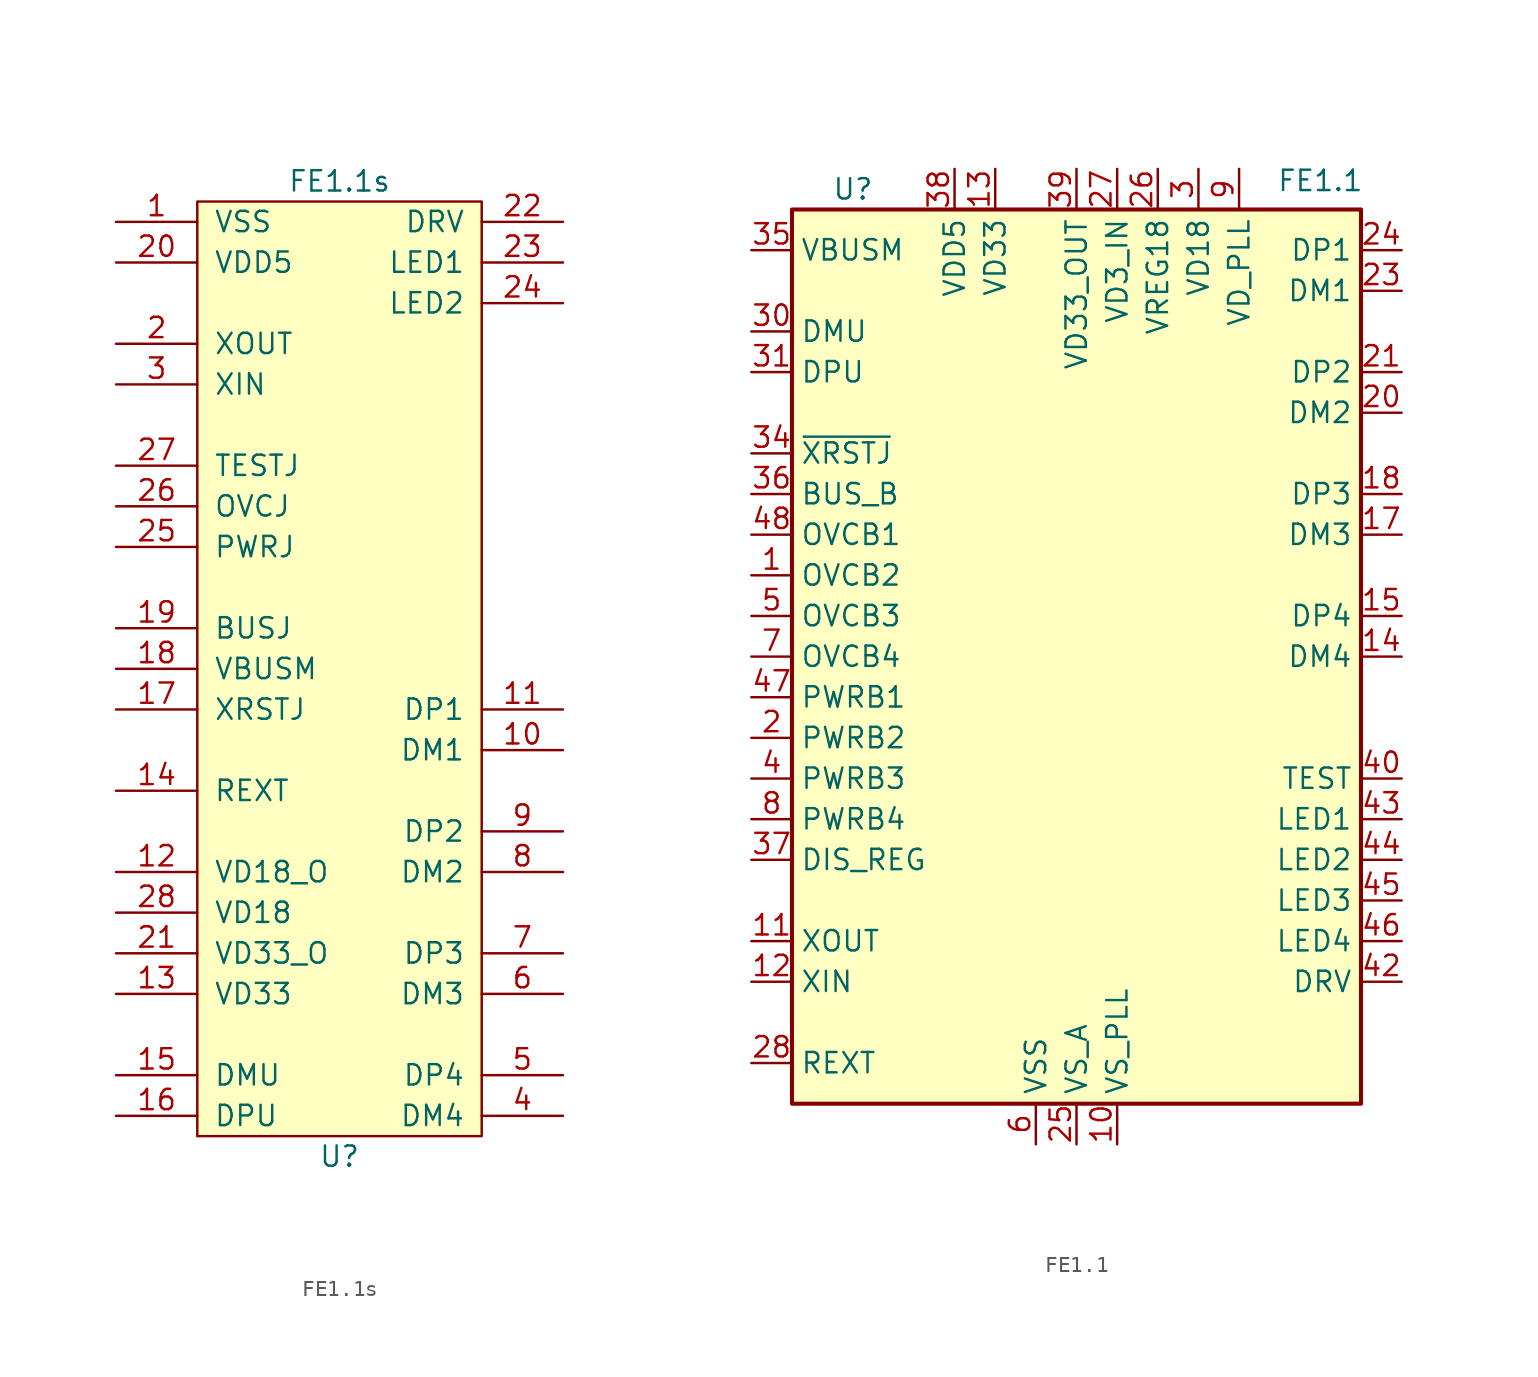
<source format=kicad_sym>
(kicad_symbol_lib
  (version 20231120)
  (generator "kicad_symbol_editor")
  (generator_version "8.0")
  (symbol "FE1.1s"
    (pin_names
      (offset 1.016))
    (property "Reference" "U"
      (at 0 -29.21 0)
      (effects (font (size 1.27 1.27))))
    (property "Value" "FE1.1s"
      (at 0 31.75 0)
      (effects (font (size 1.27 1.27))))
    (symbol "FE1.1s_0_1"
      (rectangle (start -8.89 30.48) (end 8.89 -27.94) (stroke (width 0) (type default)) (fill (type background))))
    (symbol "FE1.1s_1_1"
      (pin input line (at -13.97 29.21 0) (length 5.08) (name "VSS" (effects (font (size 1.27 1.27)))) (number "1" (effects (font (size 1.27 1.27)))))
      (pin input line (at 13.97 -3.81 180) (length 5.08) (name "DM1" (effects (font (size 1.27 1.27)))) (number "10" (effects (font (size 1.27 1.27)))))
      (pin input line (at 13.97 -1.27 180) (length 5.08) (name "DP1" (effects (font (size 1.27 1.27)))) (number "11" (effects (font (size 1.27 1.27)))))
      (pin input line (at -13.97 -11.43 0) (length 5.08) (name "VD18_O" (effects (font (size 1.27 1.27)))) (number "12" (effects (font (size 1.27 1.27)))))
      (pin input line (at -13.97 -19.05 0) (length 5.08) (name "VD33" (effects (font (size 1.27 1.27)))) (number "13" (effects (font (size 1.27 1.27)))))
      (pin input line (at -13.97 -6.35 0) (length 5.08) (name "REXT" (effects (font (size 1.27 1.27)))) (number "14" (effects (font (size 1.27 1.27)))))
      (pin input line (at -13.97 -24.13 0) (length 5.08) (name "DMU" (effects (font (size 1.27 1.27)))) (number "15" (effects (font (size 1.27 1.27)))))
      (pin input line (at -13.97 -26.67 0) (length 5.08) (name "DPU" (effects (font (size 1.27 1.27)))) (number "16" (effects (font (size 1.27 1.27)))))
      (pin input line (at -13.97 -1.27 0) (length 5.08) (name "XRSTJ" (effects (font (size 1.27 1.27)))) (number "17" (effects (font (size 1.27 1.27)))))
      (pin input line (at -13.97 1.27 0) (length 5.08) (name "VBUSM" (effects (font (size 1.27 1.27)))) (number "18" (effects (font (size 1.27 1.27)))))
      (pin input line (at -13.97 3.81 0) (length 5.08) (name "BUSJ" (effects (font (size 1.27 1.27)))) (number "19" (effects (font (size 1.27 1.27)))))
      (pin input line (at -13.97 21.59 0) (length 5.08) (name "XOUT" (effects (font (size 1.27 1.27)))) (number "2" (effects (font (size 1.27 1.27)))))
      (pin input line (at -13.97 26.67 0) (length 5.08) (name "VDD5" (effects (font (size 1.27 1.27)))) (number "20" (effects (font (size 1.27 1.27)))))
      (pin input line (at -13.97 -16.51 0) (length 5.08) (name "VD33_O" (effects (font (size 1.27 1.27)))) (number "21" (effects (font (size 1.27 1.27)))))
      (pin input line (at 13.97 29.21 180) (length 5.08) (name "DRV" (effects (font (size 1.27 1.27)))) (number "22" (effects (font (size 1.27 1.27)))))
      (pin input line (at 13.97 26.67 180) (length 5.08) (name "LED1" (effects (font (size 1.27 1.27)))) (number "23" (effects (font (size 1.27 1.27)))))
      (pin input line (at 13.97 24.13 180) (length 5.08) (name "LED2" (effects (font (size 1.27 1.27)))) (number "24" (effects (font (size 1.27 1.27)))))
      (pin input line (at -13.97 8.89 0) (length 5.08) (name "PWRJ" (effects (font (size 1.27 1.27)))) (number "25" (effects (font (size 1.27 1.27)))))
      (pin input line (at -13.97 11.43 0) (length 5.08) (name "OVCJ" (effects (font (size 1.27 1.27)))) (number "26" (effects (font (size 1.27 1.27)))))
      (pin input line (at -13.97 13.97 0) (length 5.08) (name "TESTJ" (effects (font (size 1.27 1.27)))) (number "27" (effects (font (size 1.27 1.27)))))
      (pin input line (at -13.97 -13.97 0) (length 5.08) (name "VD18" (effects (font (size 1.27 1.27)))) (number "28" (effects (font (size 1.27 1.27)))))
      (pin input line (at -13.97 19.05 0) (length 5.08) (name "XIN" (effects (font (size 1.27 1.27)))) (number "3" (effects (font (size 1.27 1.27)))))
      (pin input line (at 13.97 -26.67 180) (length 5.08) (name "DM4" (effects (font (size 1.27 1.27)))) (number "4" (effects (font (size 1.27 1.27)))))
      (pin input line (at 13.97 -24.13 180) (length 5.08) (name "DP4" (effects (font (size 1.27 1.27)))) (number "5" (effects (font (size 1.27 1.27)))))
      (pin input line (at 13.97 -19.05 180) (length 5.08) (name "DM3" (effects (font (size 1.27 1.27)))) (number "6" (effects (font (size 1.27 1.27)))))
      (pin input line (at 13.97 -16.51 180) (length 5.08) (name "DP3" (effects (font (size 1.27 1.27)))) (number "7" (effects (font (size 1.27 1.27)))))
      (pin input line (at 13.97 -11.43 180) (length 5.08) (name "DM2" (effects (font (size 1.27 1.27)))) (number "8" (effects (font (size 1.27 1.27)))))
      (pin input line (at 13.97 -8.89 180) (length 5.08) (name "DP2" (effects (font (size 1.27 1.27)))) (number "9" (effects (font (size 1.27 1.27)))))))
  (symbol "FE1.1"
    (property "Reference" "U"
      (at -13.97 26.67 0)
      (effects (font (size 1.27 1.27))))
    (property "Value" "FE1.1"
      (at 15.24 27.94 0)
      (effects (font (size 1.27 1.27)) (justify top)))
    (symbol "FE1.1_0_1"
      (rectangle (start -17.78 25.4) (end 17.78 -30.48) (stroke (width 0.254) (type default)) (fill (type background))))
    (symbol "FE1.1_1_1"
      (pin input line (at -20.32 2.54 0) (length 2.54) (name "OVCB2" (effects (font (size 1.27 1.27)))) (number "1" (effects (font (size 1.27 1.27)))))
      (pin power_in line (at 2.54 -33.02 90) (length 2.54) (name "VS_PLL" (effects (font (size 1.27 1.27)))) (number "10" (effects (font (size 1.27 1.27)))))
      (pin output line (at -20.32 -20.32 0) (length 2.54) (name "XOUT" (effects (font (size 1.27 1.27)))) (number "11" (effects (font (size 1.27 1.27)))))
      (pin input line (at -20.32 -22.86 0) (length 2.54) (name "XIN" (effects (font (size 1.27 1.27)))) (number "12" (effects (font (size 1.27 1.27)))))
      (pin power_in line (at -5.08 27.94 270) (length 2.54) (name "VD33" (effects (font (size 1.27 1.27)))) (number "13" (effects (font (size 1.27 1.27)))))
      (pin bidirectional line (at 20.32 -2.54 180) (length 2.54) (name "DM4" (effects (font (size 1.27 1.27)))) (number "14" (effects (font (size 1.27 1.27)))))
      (pin bidirectional line (at 20.32 0 180) (length 2.54) (name "DP4" (effects (font (size 1.27 1.27)))) (number "15" (effects (font (size 1.27 1.27)))))
      (pin passive line (at -2.54 -33.02 90) (length 2.54) hide (name "VSS" (effects (font (size 1.27 1.27)))) (number "16" (effects (font (size 1.27 1.27)))))
      (pin bidirectional line (at 20.32 5.08 180) (length 2.54) (name "DM3" (effects (font (size 1.27 1.27)))) (number "17" (effects (font (size 1.27 1.27)))))
      (pin bidirectional line (at 20.32 7.62 180) (length 2.54) (name "DP3" (effects (font (size 1.27 1.27)))) (number "18" (effects (font (size 1.27 1.27)))))
      (pin passive line (at -5.08 27.94 270) (length 2.54) hide (name "VD33" (effects (font (size 1.27 1.27)))) (number "19" (effects (font (size 1.27 1.27)))))
      (pin input line (at -20.32 -7.62 0) (length 2.54) (name "PWRB2" (effects (font (size 1.27 1.27)))) (number "2" (effects (font (size 1.27 1.27)))))
      (pin bidirectional line (at 20.32 12.7 180) (length 2.54) (name "DM2" (effects (font (size 1.27 1.27)))) (number "20" (effects (font (size 1.27 1.27)))))
      (pin bidirectional line (at 20.32 15.24 180) (length 2.54) (name "DP2" (effects (font (size 1.27 1.27)))) (number "21" (effects (font (size 1.27 1.27)))))
      (pin passive line (at -2.54 -33.02 90) (length 2.54) hide (name "VSS" (effects (font (size 1.27 1.27)))) (number "22" (effects (font (size 1.27 1.27)))))
      (pin bidirectional line (at 20.32 20.32 180) (length 2.54) (name "DM1" (effects (font (size 1.27 1.27)))) (number "23" (effects (font (size 1.27 1.27)))))
      (pin bidirectional line (at 20.32 22.86 180) (length 2.54) (name "DP1" (effects (font (size 1.27 1.27)))) (number "24" (effects (font (size 1.27 1.27)))))
      (pin power_in line (at 0 -33.02 90) (length 2.54) (name "VS_A" (effects (font (size 1.27 1.27)))) (number "25" (effects (font (size 1.27 1.27)))))
      (pin power_out line (at 5.08 27.94 270) (length 2.54) (name "VREG18" (effects (font (size 1.27 1.27)))) (number "26" (effects (font (size 1.27 1.27)))))
      (pin power_in line (at 2.54 27.94 270) (length 2.54) (name "VD3_IN" (effects (font (size 1.27 1.27)))) (number "27" (effects (font (size 1.27 1.27)))))
      (pin passive line (at -20.32 -27.94 0) (length 2.54) (name "REXT" (effects (font (size 1.27 1.27)))) (number "28" (effects (font (size 1.27 1.27)))))
      (pin passive line (at 7.62 27.94 270) (length 2.54) hide (name "VD18" (effects (font (size 1.27 1.27)))) (number "29" (effects (font (size 1.27 1.27)))))
      (pin power_in line (at 7.62 27.94 270) (length 2.54) (name "VD18" (effects (font (size 1.27 1.27)))) (number "3" (effects (font (size 1.27 1.27)))))
      (pin bidirectional line (at -20.32 17.78 0) (length 2.54) (name "DMU" (effects (font (size 1.27 1.27)))) (number "30" (effects (font (size 1.27 1.27)))))
      (pin bidirectional line (at -20.32 15.24 0) (length 2.54) (name "DPU" (effects (font (size 1.27 1.27)))) (number "31" (effects (font (size 1.27 1.27)))))
      (pin passive line (at -5.08 27.94 270) (length 2.54) hide (name "VD33" (effects (font (size 1.27 1.27)))) (number "32" (effects (font (size 1.27 1.27)))))
      (pin passive line (at -2.54 -33.02 90) (length 2.54) hide (name "VSS" (effects (font (size 1.27 1.27)))) (number "33" (effects (font (size 1.27 1.27)))))
      (pin input line (at -20.32 10.16 0) (length 2.54) (name "~{XRSTJ}" (effects (font (size 1.27 1.27)))) (number "34" (effects (font (size 1.27 1.27)))))
      (pin input line (at -20.32 22.86 0) (length 2.54) (name "VBUSM" (effects (font (size 1.27 1.27)))) (number "35" (effects (font (size 1.27 1.27)))))
      (pin input line (at -20.32 7.62 0) (length 2.54) (name "BUS_B" (effects (font (size 1.27 1.27)))) (number "36" (effects (font (size 1.27 1.27)))))
      (pin input line (at -20.32 -15.24 0) (length 2.54) (name "DIS_REG" (effects (font (size 1.27 1.27)))) (number "37" (effects (font (size 1.27 1.27)))))
      (pin power_in line (at -7.62 27.94 270) (length 2.54) (name "VDD5" (effects (font (size 1.27 1.27)))) (number "38" (effects (font (size 1.27 1.27)))))
      (pin power_out line (at 0 27.94 270) (length 2.54) (name "VD33_OUT" (effects (font (size 1.27 1.27)))) (number "39" (effects (font (size 1.27 1.27)))))
      (pin input line (at -20.32 -10.16 0) (length 2.54) (name "PWRB3" (effects (font (size 1.27 1.27)))) (number "4" (effects (font (size 1.27 1.27)))))
      (pin input line (at 20.32 -10.16 180) (length 2.54) (name "TEST" (effects (font (size 1.27 1.27)))) (number "40" (effects (font (size 1.27 1.27)))))
      (pin passive line (at -5.08 27.94 270) (length 2.54) hide (name "VD33" (effects (font (size 1.27 1.27)))) (number "41" (effects (font (size 1.27 1.27)))))
      (pin passive line (at 20.32 -22.86 180) (length 2.54) (name "DRV" (effects (font (size 1.27 1.27)))) (number "42" (effects (font (size 1.27 1.27)))))
      (pin passive line (at 20.32 -12.7 180) (length 2.54) (name "LED1" (effects (font (size 1.27 1.27)))) (number "43" (effects (font (size 1.27 1.27)))))
      (pin passive line (at 20.32 -15.24 180) (length 2.54) (name "LED2" (effects (font (size 1.27 1.27)))) (number "44" (effects (font (size 1.27 1.27)))))
      (pin passive line (at 20.32 -17.78 180) (length 2.54) (name "LED3" (effects (font (size 1.27 1.27)))) (number "45" (effects (font (size 1.27 1.27)))))
      (pin passive line (at 20.32 -20.32 180) (length 2.54) (name "LED4" (effects (font (size 1.27 1.27)))) (number "46" (effects (font (size 1.27 1.27)))))
      (pin input line (at -20.32 -5.08 0) (length 2.54) (name "PWRB1" (effects (font (size 1.27 1.27)))) (number "47" (effects (font (size 1.27 1.27)))))
      (pin input line (at -20.32 5.08 0) (length 2.54) (name "OVCB1" (effects (font (size 1.27 1.27)))) (number "48" (effects (font (size 1.27 1.27)))))
      (pin input line (at -20.32 0 0) (length 2.54) (name "OVCB3" (effects (font (size 1.27 1.27)))) (number "5" (effects (font (size 1.27 1.27)))))
      (pin power_in line (at -2.54 -33.02 90) (length 2.54) (name "VSS" (effects (font (size 1.27 1.27)))) (number "6" (effects (font (size 1.27 1.27)))))
      (pin input line (at -20.32 -2.54 0) (length 2.54) (name "OVCB4" (effects (font (size 1.27 1.27)))) (number "7" (effects (font (size 1.27 1.27)))))
      (pin input line (at -20.32 -12.7 0) (length 2.54) (name "PWRB4" (effects (font (size 1.27 1.27)))) (number "8" (effects (font (size 1.27 1.27)))))
      (pin power_in line (at 10.16 27.94 270) (length 2.54) (name "VD_PLL" (effects (font (size 1.27 1.27)))) (number "9" (effects (font (size 1.27 1.27))))))))
</source>
